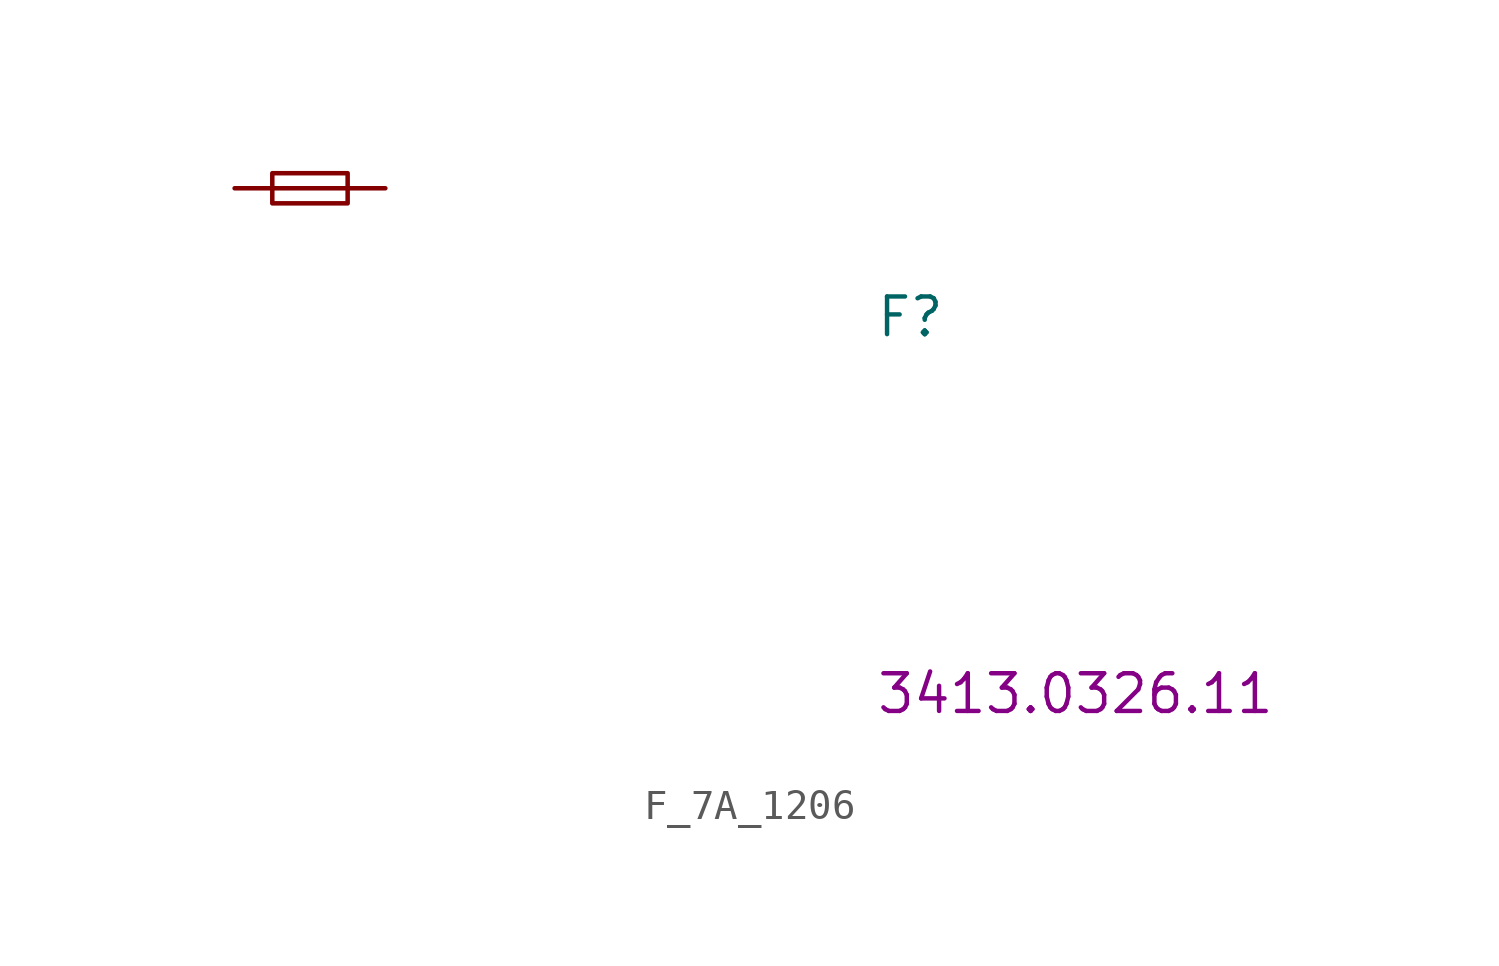
<source format=kicad_sym>
(kicad_symbol_lib
  (version 20211014)
  (generator kicad_symbol_editor)
  (symbol "F_7A_1206"
    (pin_numbers hide)
    (pin_names hide)
    (property "Reference" "F"
      (at 21.59 -5.08 0)
      (effects (font (size 1.27 1.27) (thickness 0.15)) (justify left bottom)))
    (property "MPN" "3413.0326.11"
      (at 21.59 -17.78 0)
      (effects (font (size 1.27 1.27) (thickness 0.15)) (justify left bottom)))
    (symbol "F_7A_1206_0_1"
      (polyline (pts (xy 1.27 0) (xy 3.81 0)) (stroke (width 0) (type default) (color 0 0 0 0)) (fill (type none)))
      (rectangle (start 1.27 0.508) (end 3.81 -0.508) (stroke (width 0) (type default) (color 0 0 0 0)) (fill (type none))))
    (symbol "F_7A_1206_1_1"
      (pin passive line (at 0 0 0) (length 1.27) (name "~" (effects (font (size 1.27 1.27)))) (number "1" (effects (font (size 1.27 1.27)))))
      (pin passive line (at 5.08 0 180) (length 1.27) (name "~" (effects (font (size 1.27 1.27)))) (number "2" (effects (font (size 1.27 1.27))))))))
</source>
